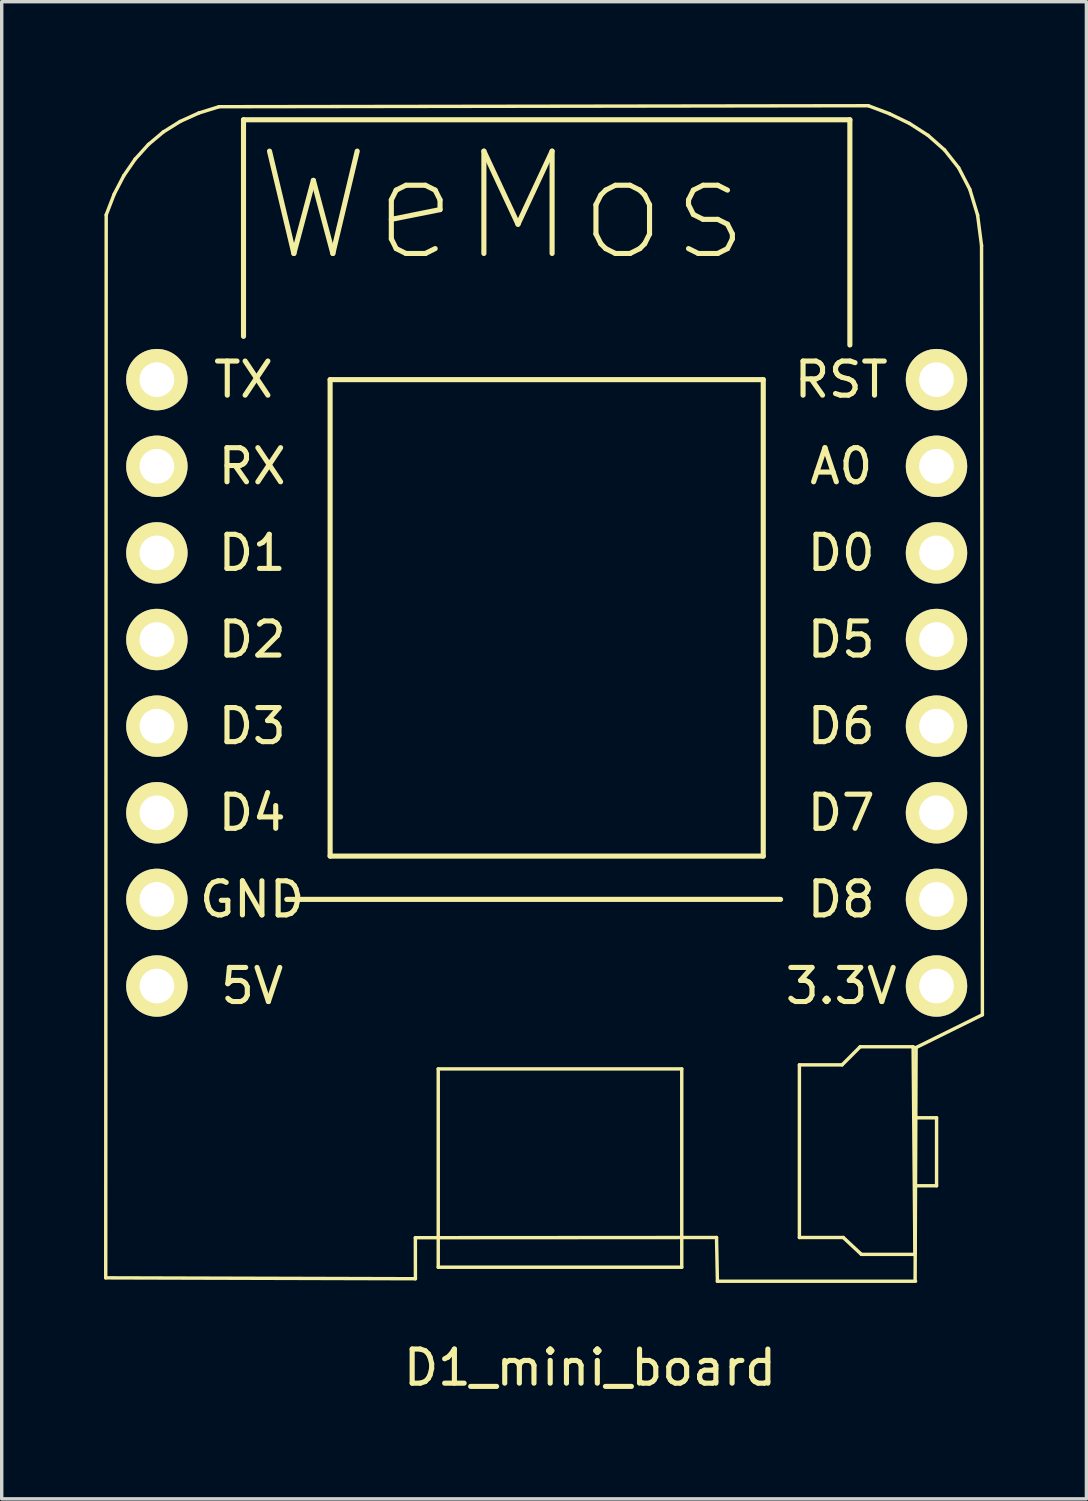
<source format=kicad_pcb>
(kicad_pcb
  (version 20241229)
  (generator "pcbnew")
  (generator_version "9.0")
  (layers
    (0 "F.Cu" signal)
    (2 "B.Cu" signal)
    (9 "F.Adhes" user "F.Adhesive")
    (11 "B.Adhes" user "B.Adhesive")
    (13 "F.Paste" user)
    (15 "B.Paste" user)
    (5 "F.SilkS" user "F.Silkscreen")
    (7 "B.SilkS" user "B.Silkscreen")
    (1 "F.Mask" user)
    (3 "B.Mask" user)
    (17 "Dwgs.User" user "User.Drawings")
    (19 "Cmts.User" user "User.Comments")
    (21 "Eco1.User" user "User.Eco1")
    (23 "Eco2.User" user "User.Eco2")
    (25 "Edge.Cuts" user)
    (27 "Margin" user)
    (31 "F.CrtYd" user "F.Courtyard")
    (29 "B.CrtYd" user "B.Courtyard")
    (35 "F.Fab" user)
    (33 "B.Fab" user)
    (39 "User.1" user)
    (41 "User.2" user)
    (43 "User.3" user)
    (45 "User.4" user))
  (footprint "D1_mini_board"
    (layer "F.Cu")
    (at 12.98 18.242)
    (property "Reference" "D1_mini_board" (at 1.27 18.81 0) (layer "F.SilkS") (effects (font (size 1 1) (thickness 0.15))))
    (attr through_hole)
    (fp_line (start -12.93 16.177) (end -12.916 -14.993) (stroke (width 0.1) (type solid)) (layer "F.SilkS"))
    (fp_line (start -12.916 -14.993) (end -12.683 -15.596) (stroke (width 0.1) (type solid)) (layer "F.SilkS"))
    (fp_line (start -12.683 -15.596) (end -12.4 -16.141) (stroke (width 0.1) (type solid)) (layer "F.SilkS"))
    (fp_line (start -12.4 -16.141) (end -12.065 -16.628) (stroke (width 0.1) (type solid)) (layer "F.SilkS"))
    (fp_line (start -12.065 -16.628) (end -11.679 -17.055) (stroke (width 0.1) (type solid)) (layer "F.SilkS"))
    (fp_line (start -11.679 -17.055) (end -11.241 -17.423) (stroke (width 0.1) (type solid)) (layer "F.SilkS"))
    (fp_line (start -11.241 -17.423) (end -10.749 -17.73) (stroke (width 0.1) (type solid)) (layer "F.SilkS"))
    (fp_line (start -10.749 -17.73) (end -10.205 -17.977) (stroke (width 0.1) (type solid)) (layer "F.SilkS"))
    (fp_line (start -10.205 -17.977) (end -9.607 -18.163) (stroke (width 0.1) (type solid)) (layer "F.SilkS"))
    (fp_line (start -9.607 -18.163) (end 9.43 -18.192) (stroke (width 0.1) (type solid)) (layer "F.SilkS"))
    (fp_line (start -8.89 -17.78) (end -8.89 -11.43) (stroke (width 0.15) (type solid)) (layer "F.SilkS"))
    (fp_line (start -7.62 5.08) (end 6.858 5.08) (stroke (width 0.15) (type solid)) (layer "F.SilkS"))
    (fp_line (start -6.35 -10.16) (end 6.35 -10.16) (stroke (width 0.15) (type solid)) (layer "F.SilkS"))
    (fp_line (start -6.35 3.81) (end -6.35 -10.16) (stroke (width 0.15) (type solid)) (layer "F.SilkS"))
    (fp_line (start -3.851 15) (end -3.849 16.203) (stroke (width 0.1) (type solid)) (layer "F.SilkS"))
    (fp_line (start -3.849 16.203) (end -12.93 16.177) (stroke (width 0.1) (type solid)) (layer "F.SilkS"))
    (fp_line (start -3.18 10.051) (end 3.96 10.051) (stroke (width 0.1) (type solid)) (layer "F.SilkS"))
    (fp_line (start -3.18 15.865) (end -3.18 10.051) (stroke (width 0.1) (type solid)) (layer "F.SilkS"))
    (fp_line (start 3.96 10.051) (end 3.96 15.865) (stroke (width 0.1) (type solid)) (layer "F.SilkS"))
    (fp_line (start 3.96 15.865) (end -3.18 15.865) (stroke (width 0.1) (type solid)) (layer "F.SilkS"))
    (fp_line (start 4.98 14.994) (end -3.851 15) (stroke (width 0.1) (type solid)) (layer "F.SilkS"))
    (fp_line (start 5.006 16.277) (end 4.98 14.994) (stroke (width 0.1) (type solid)) (layer "F.SilkS"))
    (fp_line (start 6.35 -10.16) (end 6.35 3.81) (stroke (width 0.15) (type solid)) (layer "F.SilkS"))
    (fp_line (start 6.35 3.81) (end -6.35 3.81) (stroke (width 0.15) (type solid)) (layer "F.SilkS"))
    (fp_line (start 7.41 9.932) (end 7.41 14.994) (stroke (width 0.1) (type solid)) (layer "F.SilkS"))
    (fp_line (start 7.41 14.994) (end 8.697 14.994) (stroke (width 0.1) (type solid)) (layer "F.SilkS"))
    (fp_line (start 8.662 9.932) (end 7.41 9.932) (stroke (width 0.1) (type solid)) (layer "F.SilkS"))
    (fp_line (start 8.697 14.994) (end 9.227 15.488) (stroke (width 0.1) (type solid)) (layer "F.SilkS"))
    (fp_line (start 8.89 -17.78) (end -8.89 -17.78) (stroke (width 0.15) (type solid)) (layer "F.SilkS"))
    (fp_line (start 8.89 -11.176) (end 8.89 -17.78) (stroke (width 0.15) (type solid)) (layer "F.SilkS"))
    (fp_line (start 9.191 9.402) (end 8.662 9.932) (stroke (width 0.1) (type solid)) (layer "F.SilkS"))
    (fp_line (start 9.227 15.488) (end 10.797 15.488) (stroke (width 0.1) (type solid)) (layer "F.SilkS"))
    (fp_line (start 9.43 -18.192) (end 10.05 -17.958) (stroke (width 0.1) (type solid)) (layer "F.SilkS"))
    (fp_line (start 10.05 -17.958) (end 10.638 -17.673) (stroke (width 0.1) (type solid)) (layer "F.SilkS"))
    (fp_line (start 10.638 -17.673) (end 11.181 -17.324) (stroke (width 0.1) (type solid)) (layer "F.SilkS"))
    (fp_line (start 10.744 9.402) (end 9.191 9.402) (stroke (width 0.1) (type solid)) (layer "F.SilkS"))
    (fp_line (start 10.779 11.484) (end 11.432 11.484) (stroke (width 0.1) (type solid)) (layer "F.SilkS"))
    (fp_line (start 10.797 15.488) (end 10.744 9.402) (stroke (width 0.1) (type solid)) (layer "F.SilkS"))
    (fp_line (start 10.817 16.277) (end 5.006 16.277) (stroke (width 0.1) (type solid)) (layer "F.SilkS"))
    (fp_line (start 10.832 9.424) (end 10.803 16.233) (stroke (width 0.1) (type solid)) (layer "F.SilkS"))
    (fp_line (start 11.181 -17.324) (end 11.667 -16.895) (stroke (width 0.1) (type solid)) (layer "F.SilkS"))
    (fp_line (start 11.432 11.484) (end 11.432 13.477) (stroke (width 0.1) (type solid)) (layer "F.SilkS"))
    (fp_line (start 11.432 13.477) (end 10.814 13.477) (stroke (width 0.1) (type solid)) (layer "F.SilkS"))
    (fp_line (start 11.667 -16.895) (end 12.08 -16.371) (stroke (width 0.1) (type solid)) (layer "F.SilkS"))
    (fp_line (start 12.08 -16.371) (end 12.407 -15.74) (stroke (width 0.1) (type solid)) (layer "F.SilkS"))
    (fp_line (start 12.407 -15.74) (end 12.635 -14.985) (stroke (width 0.1) (type solid)) (layer "F.SilkS"))
    (fp_line (start 12.635 -14.985) (end 12.751 -14.092) (stroke (width 0.1) (type solid)) (layer "F.SilkS"))
    (fp_line (start 12.751 -14.092) (end 12.776 8.463) (stroke (width 0.1) (type solid)) (layer "F.SilkS"))
    (fp_line (start 12.776 8.463) (end 10.832 9.424) (stroke (width 0.1) (type solid)) (layer "F.SilkS"))
    (fp_text user "3.3V" (at 8.636 7.62 0) (layer "F.SilkS") (effects (font (size 1 1) (thickness 0.15))))
    (fp_text user "WeMos" (at -1.27 -15.24 0) (layer "F.SilkS") (effects (font (size 3 3) (thickness 0.15))))
    (fp_text user "5V" (at -8.636 7.62 0) (layer "F.SilkS") (effects (font (size 1 1) (thickness 0.15))))
    (fp_text user "GND" (at -8.636 5.08 0) (layer "F.SilkS") (effects (font (size 1 1) (thickness 0.15))))
    (fp_text user "A0" (at 8.636 -7.62 0) (layer "F.SilkS") (effects (font (size 1 1) (thickness 0.15))))
    (fp_text user "D4" (at -8.636 2.54 0) (layer "F.SilkS") (effects (font (size 1 1) (thickness 0.15))))
    (fp_text user "D1" (at -8.636 -5.08 0) (layer "F.SilkS") (effects (font (size 1 1) (thickness 0.15))))
    (fp_text user "D5" (at 8.636 -2.54 0) (layer "F.SilkS") (effects (font (size 1 1) (thickness 0.15))))
    (fp_text user "TX" (at -8.89 -10.16 0) (layer "F.SilkS") (effects (font (size 1 1) (thickness 0.15))))
    (fp_text user "D0" (at 8.636 -5.08 0) (layer "F.SilkS") (effects (font (size 1 1) (thickness 0.15))))
    (fp_text user "D6" (at 8.636 0 0) (layer "F.SilkS") (effects (font (size 1 1) (thickness 0.15))))
    (fp_text user "D8" (at 8.636 5.08 0) (layer "F.SilkS") (effects (font (size 1 1) (thickness 0.15))))
    (fp_text user "D3" (at -8.636 0 0) (layer "F.SilkS") (effects (font (size 1 1) (thickness 0.15))))
    (fp_text user "RX" (at -8.636 -7.62 0) (layer "F.SilkS") (effects (font (size 1 1) (thickness 0.15))))
    (fp_text user "RST" (at 8.636 -10.16 0) (layer "F.SilkS") (effects (font (size 1 1) (thickness 0.15))))
    (fp_text user "D7" (at 8.636 2.54 0) (layer "F.SilkS") (effects (font (size 1 1) (thickness 0.15))))
    (fp_text user "D2" (at -8.636 -2.54 0) (layer "F.SilkS") (effects (font (size 1 1) (thickness 0.15))))
    (pad "1" thru_hole circle (at -11.43 7.62) (size 1.8 1.8) (drill 1.016) (layers "*.Cu" "*.Mask" "F.SilkS"))
    (pad "2" thru_hole circle (at -11.43 5.08) (size 1.8 1.8) (drill 1.016) (layers "*.Cu" "*.Mask" "F.SilkS"))
    (pad "3" thru_hole circle (at -11.43 2.54) (size 1.8 1.8) (drill 1.016) (layers "*.Cu" "*.Mask" "F.SilkS"))
    (pad "4" thru_hole circle (at -11.43 0) (size 1.8 1.8) (drill 1.016) (layers "*.Cu" "*.Mask" "F.SilkS"))
    (pad "5" thru_hole circle (at -11.43 -2.54) (size 1.8 1.8) (drill 1.016) (layers "*.Cu" "*.Mask" "F.SilkS"))
    (pad "6" thru_hole circle (at -11.43 -5.08) (size 1.8 1.8) (drill 1.016) (layers "*.Cu" "*.Mask" "F.SilkS"))
    (pad "7" thru_hole circle (at -11.43 -7.62) (size 1.8 1.8) (drill 1.016) (layers "*.Cu" "*.Mask" "F.SilkS"))
    (pad "8" thru_hole circle (at -11.43 -10.16) (size 1.8 1.8) (drill 1.016) (layers "*.Cu" "*.Mask" "F.SilkS"))
    (pad "9" thru_hole circle (at 11.43 -10.16) (size 1.8 1.8) (drill 1.016) (layers "*.Cu" "*.Mask" "F.SilkS"))
    (pad "10" thru_hole circle (at 11.43 -7.62) (size 1.8 1.8) (drill 1.016) (layers "*.Cu" "*.Mask" "F.SilkS"))
    (pad "11" thru_hole circle (at 11.43 -5.08) (size 1.8 1.8) (drill 1.016) (layers "*.Cu" "*.Mask" "F.SilkS"))
    (pad "12" thru_hole circle (at 11.43 -2.54) (size 1.8 1.8) (drill 1.016) (layers "*.Cu" "*.Mask" "F.SilkS"))
    (pad "13" thru_hole circle (at 11.43 0) (size 1.8 1.8) (drill 1.016) (layers "*.Cu" "*.Mask" "F.SilkS"))
    (pad "14" thru_hole circle (at 11.43 2.54) (size 1.8 1.8) (drill 1.016) (layers "*.Cu" "*.Mask" "F.SilkS"))
    (pad "15" thru_hole circle (at 11.43 5.08) (size 1.8 1.8) (drill 1.016) (layers "*.Cu" "*.Mask" "F.SilkS"))
    (pad "16" thru_hole circle (at 11.43 7.62) (size 1.8 1.8) (drill 1.016) (layers "*.Cu" "*.Mask" "F.SilkS")))
  (gr_rect
    (start -3 -3)
    (end 28.806 40.9)
    (stroke (width 0.1) (type default))
    (fill no)
    (layer "Edge.Cuts")))
</source>
